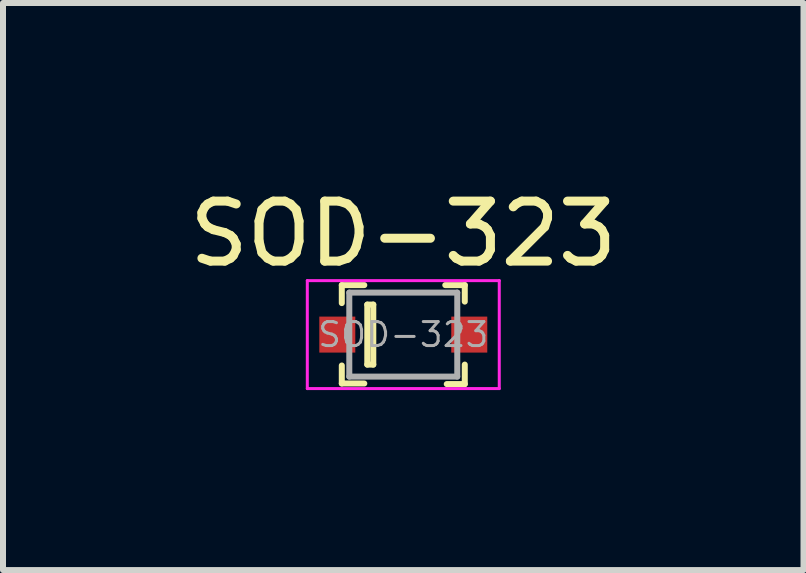
<source format=kicad_pcb>
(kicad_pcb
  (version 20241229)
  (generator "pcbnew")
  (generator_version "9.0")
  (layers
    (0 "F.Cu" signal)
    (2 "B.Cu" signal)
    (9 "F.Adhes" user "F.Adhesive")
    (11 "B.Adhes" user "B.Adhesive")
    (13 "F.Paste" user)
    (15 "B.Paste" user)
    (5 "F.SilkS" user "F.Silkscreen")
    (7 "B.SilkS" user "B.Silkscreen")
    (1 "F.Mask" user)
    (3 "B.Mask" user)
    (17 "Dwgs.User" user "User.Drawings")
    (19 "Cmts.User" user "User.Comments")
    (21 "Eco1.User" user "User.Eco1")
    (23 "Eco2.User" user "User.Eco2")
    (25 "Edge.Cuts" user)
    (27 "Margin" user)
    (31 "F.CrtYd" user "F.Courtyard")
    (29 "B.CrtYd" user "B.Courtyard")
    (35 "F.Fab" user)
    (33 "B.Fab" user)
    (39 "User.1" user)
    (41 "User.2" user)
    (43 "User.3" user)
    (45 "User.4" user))
  (footprint "SOD-323"
    (layer "F.Cu")
    (at 3.673 2.528)
    (property "Reference" "SOD-323" (at 0 -1.68 0) (layer "F.SilkS") (effects (font (size 1 1) (thickness 0.15))))
    (attr smd)
    (fp_line (start -1.025 -0.825) (end -1.025 -0.525) (stroke (width 0.1) (type solid)) (layer "F.SilkS"))
    (fp_line (start -1.025 0.515) (end -1.025 0.815) (stroke (width 0.1) (type solid)) (layer "F.SilkS"))
    (fp_line (start -0.65 -0.825) (end -1.025 -0.825) (stroke (width 0.1) (type solid)) (layer "F.SilkS"))
    (fp_line (start -0.65 0.815) (end -1.025 0.815) (stroke (width 0.1) (type solid)) (layer "F.SilkS"))
    (fp_line (start -0.6 -0.5) (end -0.6 0.5) (stroke (width 0.1) (type solid)) (layer "F.SilkS"))
    (fp_line (start -0.6 0.5) (end -0.5 0.5) (stroke (width 0.1) (type solid)) (layer "F.SilkS"))
    (fp_line (start -0.5 -0.5) (end -0.6 -0.5) (stroke (width 0.1) (type solid)) (layer "F.SilkS"))
    (fp_line (start -0.5 0.5) (end -0.5 -0.5) (stroke (width 0.1) (type solid)) (layer "F.SilkS"))
    (fp_line (start 0.7 -0.825) (end 1.025 -0.825) (stroke (width 0.1) (type solid)) (layer "F.SilkS"))
    (fp_line (start 1.025 -0.825) (end 1.025 -0.55) (stroke (width 0.1) (type solid)) (layer "F.SilkS"))
    (fp_line (start 1.025 0.5) (end 1.025 0.825) (stroke (width 0.1) (type solid)) (layer "F.SilkS"))
    (fp_line (start 1.025 0.825) (end 0.725 0.825) (stroke (width 0.1) (type solid)) (layer "F.SilkS"))
    (fp_line (start -1.6 -0.9) (end 1.6 -0.9) (stroke (width 0.05) (type solid)) (layer "F.CrtYd"))
    (fp_line (start -1.6 0.9) (end -1.6 -0.9) (stroke (width 0.05) (type solid)) (layer "F.CrtYd"))
    (fp_line (start 1.6 -0.9) (end 1.6 0.9) (stroke (width 0.05) (type solid)) (layer "F.CrtYd"))
    (fp_line (start 1.6 0.9) (end -1.6 0.9) (stroke (width 0.05) (type solid)) (layer "F.CrtYd"))
    (fp_line (start -0.9 0.7) (end -0.9 -0.7) (stroke (width 0.1) (type solid)) (layer "F.Fab"))
    (fp_line (start -0.9 0.7) (end 0.9 0.7) (stroke (width 0.1) (type solid)) (layer "F.Fab"))
    (fp_line (start 0.9 -0.7) (end -0.9 -0.7) (stroke (width 0.1) (type solid)) (layer "F.Fab"))
    (fp_line (start 0.9 -0.7) (end 0.9 0.7) (stroke (width 0.1) (type solid)) (layer "F.Fab"))
    (fp_text user "${REFERENCE}" (at 0 0 0) (layer "F.Fab") (effects (font (size 0.4 0.4) (thickness 0.05))))
    (pad "1" smd rect (at -1.1 0) (size 0.6 0.6) (layers "F.Cu" "F.Mask" "F.Paste"))
    (pad "2" smd rect (at 1.1 0) (size 0.6 0.6) (layers "F.Cu" "F.Mask" "F.Paste")))
  (gr_rect
    (start -3 -3)
    (end 10.345 6.453)
    (stroke (width 0.1) (type default))
    (fill no)
    (layer "Edge.Cuts")))
</source>
